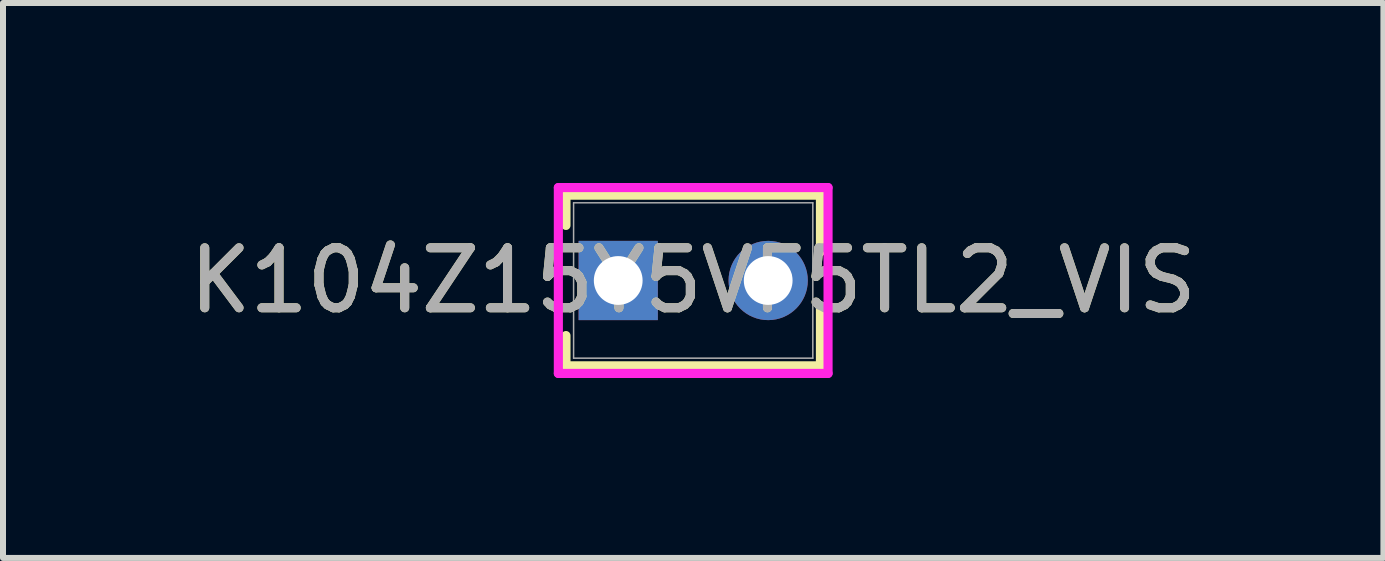
<source format=kicad_pcb>
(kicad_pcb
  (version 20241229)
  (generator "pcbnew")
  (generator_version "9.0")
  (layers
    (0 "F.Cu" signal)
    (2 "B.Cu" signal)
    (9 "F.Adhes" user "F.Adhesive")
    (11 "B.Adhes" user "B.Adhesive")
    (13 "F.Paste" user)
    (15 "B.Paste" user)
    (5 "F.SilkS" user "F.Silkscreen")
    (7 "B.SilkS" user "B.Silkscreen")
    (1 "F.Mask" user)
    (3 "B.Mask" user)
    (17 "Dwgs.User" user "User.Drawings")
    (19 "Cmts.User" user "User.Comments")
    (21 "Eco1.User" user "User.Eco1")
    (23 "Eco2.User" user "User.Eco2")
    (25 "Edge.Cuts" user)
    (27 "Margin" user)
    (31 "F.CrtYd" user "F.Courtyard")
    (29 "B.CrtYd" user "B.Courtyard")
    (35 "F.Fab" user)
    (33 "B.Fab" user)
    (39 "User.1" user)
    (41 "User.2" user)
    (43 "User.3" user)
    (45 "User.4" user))
  (footprint "K104Z15Y5VF5TL2_VIS"
    (layer "F.Cu")
    (at 7.256 1.626)
    (property "Reference" "K104Z15Y5VF5TL2_VIS" (at 1.25 0 0) (unlocked yes) (layer "F.SilkS") (effects (font (size 1 1) (thickness 0.15))))
    (attr through_hole)
    (fp_line (start -0.871 -1.422) (end -0.871 -0.918) (stroke (width 0.152) (type solid)) (layer "F.SilkS"))
    (fp_line (start -0.871 0.918) (end -0.871 1.422) (stroke (width 0.152) (type solid)) (layer "F.SilkS"))
    (fp_line (start 3.371 -1.422) (end -0.871 -1.422) (stroke (width 0.152) (type solid)) (layer "F.SilkS"))
    (fp_line (start 3.371 -1.422) (end 3.371 -0.477) (stroke (width 0.152) (type solid)) (layer "F.SilkS"))
    (fp_line (start 3.371 0.477) (end 3.371 1.422) (stroke (width 0.152) (type solid)) (layer "F.SilkS"))
    (fp_line (start 3.371 1.422) (end -0.871 1.422) (stroke (width 0.152) (type solid)) (layer "F.SilkS"))
    (fp_line (start -0.998 -1.549) (end 3.498 -1.549) (stroke (width 0.152) (type solid)) (layer "F.CrtYd"))
    (fp_line (start -0.998 1.549) (end -0.998 -1.549) (stroke (width 0.152) (type solid)) (layer "F.CrtYd"))
    (fp_line (start 3.498 -1.549) (end 3.498 1.549) (stroke (width 0.152) (type solid)) (layer "F.CrtYd"))
    (fp_line (start 3.498 1.549) (end -0.998 1.549) (stroke (width 0.152) (type solid)) (layer "F.CrtYd"))
    (fp_line (start -0.744 -1.295) (end -0.744 1.295) (stroke (width 0.025) (type solid)) (layer "F.Fab"))
    (fp_line (start 3.244 -1.295) (end -0.744 -1.295) (stroke (width 0.025) (type solid)) (layer "F.Fab"))
    (fp_line (start 3.244 -1.295) (end 3.244 1.295) (stroke (width 0.025) (type solid)) (layer "F.Fab"))
    (fp_line (start 3.244 1.295) (end -0.744 1.295) (stroke (width 0.025) (type solid)) (layer "F.Fab"))
    (fp_circle (center -0.236 0) (end -0.236 0) (stroke (width 0.025) (type solid)) (fill no) (layer "F.Fab"))
    (fp_text user "${REFERENCE}" (at 1.25 0 0) (unlocked yes) (layer "F.Fab") (effects (font (size 1 1) (thickness 0.15))))
    (pad "1" thru_hole rect (at 0 0) (size 1.321 1.321) (drill 0.813) (layers "*.Cu" "*.Mask"))
    (pad "2" thru_hole circle (at 2.5 0) (size 1.321 1.321) (drill 0.813) (layers "*.Cu" "*.Mask")))
  (gr_rect
    (start -3 -3)
    (end 20.012 6.251)
    (stroke (width 0.1) (type default))
    (fill no)
    (layer "Edge.Cuts")))
</source>
